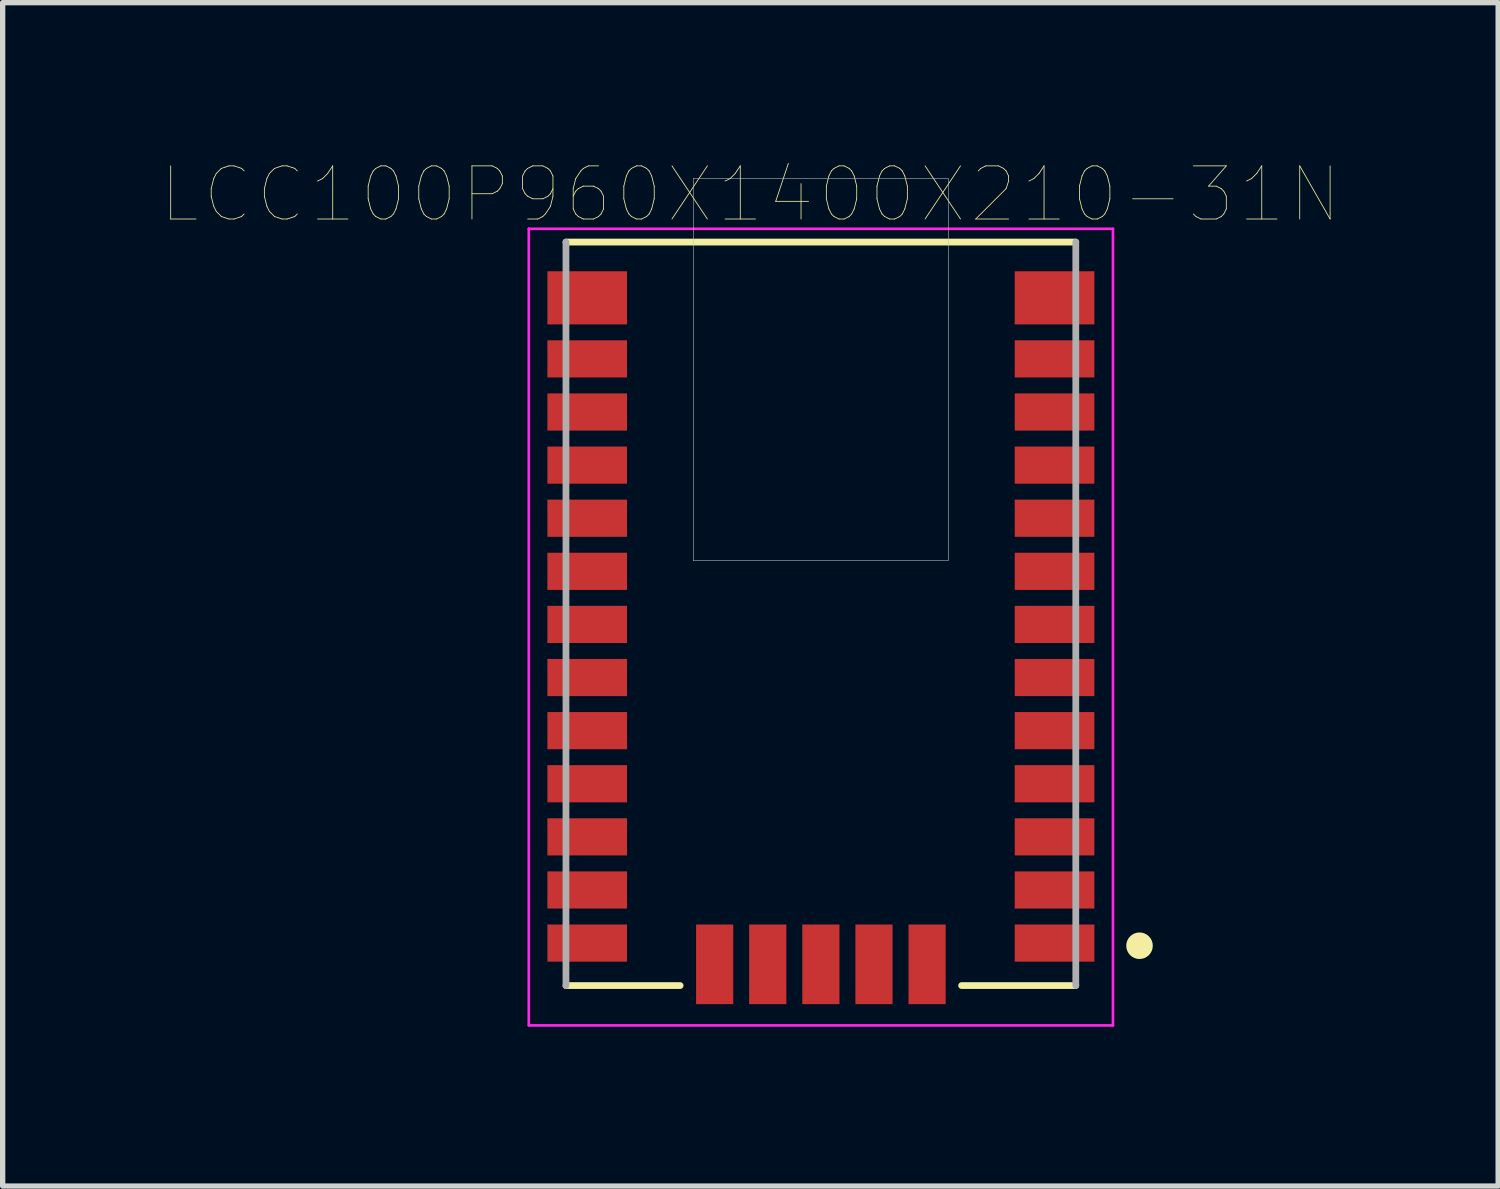
<source format=kicad_pcb>
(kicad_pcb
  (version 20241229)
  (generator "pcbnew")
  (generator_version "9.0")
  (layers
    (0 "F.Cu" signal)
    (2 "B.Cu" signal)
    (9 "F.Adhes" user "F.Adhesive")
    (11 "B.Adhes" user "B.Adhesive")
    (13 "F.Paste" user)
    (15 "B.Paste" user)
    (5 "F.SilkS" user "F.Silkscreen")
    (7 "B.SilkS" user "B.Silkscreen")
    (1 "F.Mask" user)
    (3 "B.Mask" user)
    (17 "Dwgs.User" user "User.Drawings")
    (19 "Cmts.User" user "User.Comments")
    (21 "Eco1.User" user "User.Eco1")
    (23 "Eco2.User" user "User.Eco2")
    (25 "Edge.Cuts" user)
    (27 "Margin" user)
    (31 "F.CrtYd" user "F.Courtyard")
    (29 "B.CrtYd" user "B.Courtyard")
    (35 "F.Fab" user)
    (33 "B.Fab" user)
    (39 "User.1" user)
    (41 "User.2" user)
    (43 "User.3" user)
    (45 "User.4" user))
  (footprint "LCC100P960X1400X210-31N"
    (layer "F.Cu")
    (at 12.407 8.508)
    (property "Reference" "LCC100P960X1400X210-31N" (at -1.327 -7.896 0) (layer "F.SilkS") (effects (font (size 1.001 1.001) (thickness 0.015))))
    (attr through_hole)
    (fp_line (start -4.8 -7) (end 4.8 -7) (stroke (width 0.127) (type solid)) (layer "F.SilkS"))
    (fp_line (start -2.65 7) (end -4.8 7) (stroke (width 0.127) (type solid)) (layer "F.SilkS"))
    (fp_line (start 4.8 7) (end 2.65 7) (stroke (width 0.127) (type solid)) (layer "F.SilkS"))
    (fp_circle (center 6 6.25) (end 6.25 6.25) (stroke (width 0) (type solid)) (fill yes) (layer "F.SilkS"))
    (fp_poly (pts (xy -2.403 -8.2) (xy 2.4 -8.2) (xy 2.4 -1.001) (xy -2.403 -1.001)) (stroke (width 0.01) (type solid)) (fill no) (layer "Dwgs.User"))
    (fp_line (start -5.5 -7.25) (end 5.5 -7.25) (stroke (width 0.05) (type solid)) (layer "F.CrtYd"))
    (fp_line (start -5.5 7.75) (end -5.5 -7.25) (stroke (width 0.05) (type solid)) (layer "F.CrtYd"))
    (fp_line (start 5.5 -7.25) (end 5.5 7.75) (stroke (width 0.05) (type solid)) (layer "F.CrtYd"))
    (fp_line (start 5.5 7.75) (end -5.5 7.75) (stroke (width 0.05) (type solid)) (layer "F.CrtYd"))
    (fp_line (start -4.8 7) (end -4.8 -7) (stroke (width 0.127) (type solid)) (layer "F.Fab"))
    (fp_line (start 4.8 -7) (end 4.8 7) (stroke (width 0.127) (type solid)) (layer "F.Fab"))
    (pad "1" smd rect (at 4.4 6.2) (size 1.5 0.7) (layers "F.Cu" "F.Mask" "F.Paste"))
    (pad "2" smd rect (at 4.4 5.2) (size 1.5 0.7) (layers "F.Cu" "F.Mask" "F.Paste"))
    (pad "3" smd rect (at 4.4 4.2) (size 1.5 0.7) (layers "F.Cu" "F.Mask" "F.Paste"))
    (pad "4" smd rect (at 4.4 3.2) (size 1.5 0.7) (layers "F.Cu" "F.Mask" "F.Paste"))
    (pad "5" smd rect (at 4.4 2.2) (size 1.5 0.7) (layers "F.Cu" "F.Mask" "F.Paste"))
    (pad "6" smd rect (at 4.4 1.2) (size 1.5 0.7) (layers "F.Cu" "F.Mask" "F.Paste"))
    (pad "7" smd rect (at 4.4 0.2) (size 1.5 0.7) (layers "F.Cu" "F.Mask" "F.Paste"))
    (pad "8" smd rect (at 4.4 -0.8) (size 1.5 0.7) (layers "F.Cu" "F.Mask" "F.Paste"))
    (pad "9" smd rect (at 4.4 -1.8) (size 1.5 0.7) (layers "F.Cu" "F.Mask" "F.Paste"))
    (pad "10" smd rect (at 4.4 -2.8) (size 1.5 0.7) (layers "F.Cu" "F.Mask" "F.Paste"))
    (pad "11" smd rect (at 4.4 -3.8) (size 1.5 0.7) (layers "F.Cu" "F.Mask" "F.Paste"))
    (pad "12" smd rect (at 4.4 -4.8) (size 1.5 0.7) (layers "F.Cu" "F.Mask" "F.Paste"))
    (pad "13" smd rect (at 4.4 -5.95) (size 1.5 1) (layers "F.Cu" "F.Mask" "F.Paste"))
    (pad "14" smd rect (at -4.4 -5.95) (size 1.5 1) (layers "F.Cu" "F.Mask" "F.Paste"))
    (pad "15" smd rect (at -4.4 -4.8) (size 1.5 0.7) (layers "F.Cu" "F.Mask" "F.Paste"))
    (pad "16" smd rect (at -4.4 -3.8) (size 1.5 0.7) (layers "F.Cu" "F.Mask" "F.Paste"))
    (pad "17" smd rect (at -4.4 -2.8) (size 1.5 0.7) (layers "F.Cu" "F.Mask" "F.Paste"))
    (pad "18" smd rect (at -4.4 -1.8) (size 1.5 0.7) (layers "F.Cu" "F.Mask" "F.Paste"))
    (pad "19" smd rect (at -4.4 -0.8) (size 1.5 0.7) (layers "F.Cu" "F.Mask" "F.Paste"))
    (pad "20" smd rect (at -4.4 0.2) (size 1.5 0.7) (layers "F.Cu" "F.Mask" "F.Paste"))
    (pad "21" smd rect (at -4.4 1.2) (size 1.5 0.7) (layers "F.Cu" "F.Mask" "F.Paste"))
    (pad "22" smd rect (at -4.4 2.2) (size 1.5 0.7) (layers "F.Cu" "F.Mask" "F.Paste"))
    (pad "23" smd rect (at -4.4 3.2) (size 1.5 0.7) (layers "F.Cu" "F.Mask" "F.Paste"))
    (pad "24" smd rect (at -4.4 4.2) (size 1.5 0.7) (layers "F.Cu" "F.Mask" "F.Paste"))
    (pad "25" smd rect (at -4.4 5.2) (size 1.5 0.7) (layers "F.Cu" "F.Mask" "F.Paste"))
    (pad "26" smd rect (at -4.4 6.2) (size 1.5 0.7) (layers "F.Cu" "F.Mask" "F.Paste"))
    (pad "27" smd rect (at -2 6.6) (size 0.7 1.5) (layers "F.Cu" "F.Mask" "F.Paste"))
    (pad "28" smd rect (at -1 6.6) (size 0.7 1.5) (layers "F.Cu" "F.Mask" "F.Paste"))
    (pad "29" smd rect (at 0 6.6) (size 0.7 1.5) (layers "F.Cu" "F.Mask" "F.Paste"))
    (pad "30" smd rect (at 1 6.6) (size 0.7 1.5) (layers "F.Cu" "F.Mask" "F.Paste"))
    (pad "31" smd rect (at 2 6.6) (size 0.7 1.5) (layers "F.Cu" "F.Mask" "F.Paste")))
  (gr_rect
    (start -3 -3)
    (end 25.16 19.283)
    (stroke (width 0.1) (type default))
    (fill no)
    (layer "Edge.Cuts")))
</source>
